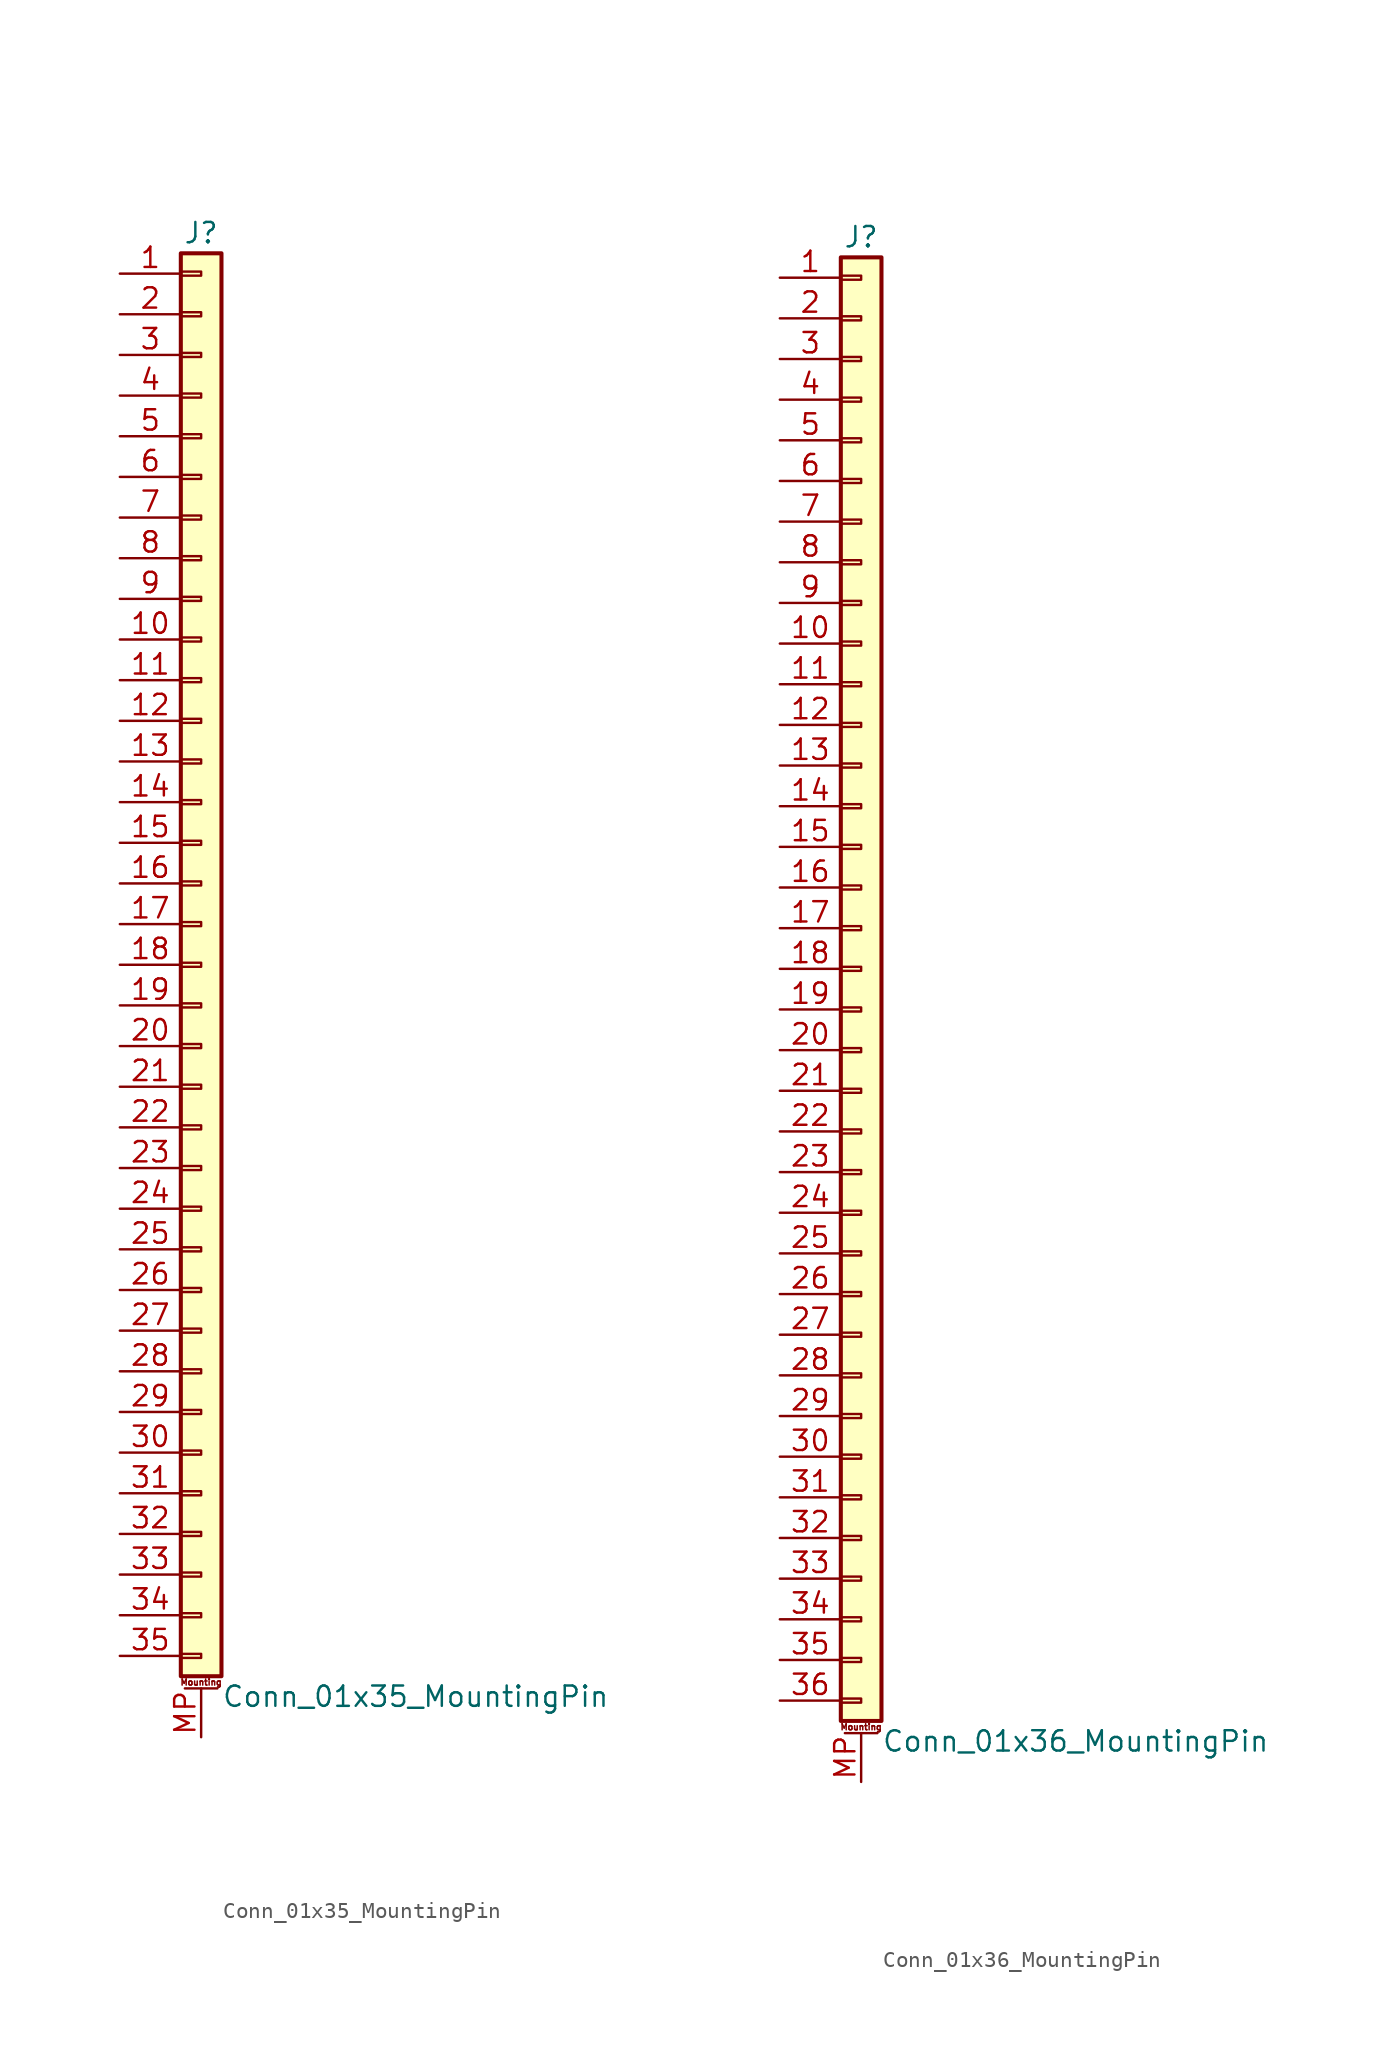
<source format=kicad_sym>
(kicad_symbol_lib
  (version 20201005)
  (generator kicad_symbol_editor)
  (symbol "Connector_Generic_MountingPin:Conn_01x35_MountingPin"
    (pin_names
      (offset 1.016) hide)
    (property "Reference" "J"
      (at 0 45.72 0)
      (effects (font (size 1.27 1.27))))
    (property "Value" "Conn_01x35_MountingPin"
      (at 1.27 -45.72 0)
      (effects (font (size 1.27 1.27)) (justify left)))
    (symbol "Conn_01x35_MountingPin_1_1"
      (text "Mounting" (at 0 -44.831 0) (effects (font (size 0.381 0.381))))
      (rectangle (start -1.27 -27.813) (end 0 -28.067) (stroke (width 0.152)) (fill (type none)))
      (rectangle (start -1.27 -30.353) (end 0 -30.607) (stroke (width 0.152)) (fill (type none)))
      (rectangle (start -1.27 -32.893) (end 0 -33.147) (stroke (width 0.152)) (fill (type none)))
      (rectangle (start -1.27 -35.433) (end 0 -35.687) (stroke (width 0.152)) (fill (type none)))
      (rectangle (start -1.27 -37.973) (end 0 -38.227) (stroke (width 0.152)) (fill (type none)))
      (rectangle (start -1.27 -40.513) (end 0 -40.767) (stroke (width 0.152)) (fill (type none)))
      (rectangle (start -1.27 -43.053) (end 0 -43.307) (stroke (width 0.152)) (fill (type none)))
      (rectangle (start -1.27 -4.953) (end 0 -5.207) (stroke (width 0.152)) (fill (type none)))
      (rectangle (start -1.27 -7.493) (end 0 -7.747) (stroke (width 0.152)) (fill (type none)))
      (rectangle (start -1.27 -10.033) (end 0 -10.287) (stroke (width 0.152)) (fill (type none)))
      (rectangle (start -1.27 -12.573) (end 0 -12.827) (stroke (width 0.152)) (fill (type none)))
      (rectangle (start -1.27 -15.113) (end 0 -15.367) (stroke (width 0.152)) (fill (type none)))
      (rectangle (start -1.27 -17.653) (end 0 -17.907) (stroke (width 0.152)) (fill (type none)))
      (rectangle (start -1.27 -20.193) (end 0 -20.447) (stroke (width 0.152)) (fill (type none)))
      (rectangle (start -1.27 -22.733) (end 0 -22.987) (stroke (width 0.152)) (fill (type none)))
      (rectangle (start -1.27 -2.413) (end 0 -2.667) (stroke (width 0.152)) (fill (type none)))
      (rectangle (start -1.27 -25.273) (end 0 -25.527) (stroke (width 0.152)) (fill (type none)))
      (rectangle (start -1.27 25.527) (end 0 25.273) (stroke (width 0.152)) (fill (type none)))
      (rectangle (start -1.27 2.667) (end 0 2.413) (stroke (width 0.152)) (fill (type none)))
      (rectangle (start -1.27 28.067) (end 0 27.813) (stroke (width 0.152)) (fill (type none)))
      (rectangle (start -1.27 30.607) (end 0 30.353) (stroke (width 0.152)) (fill (type none)))
      (rectangle (start -1.27 33.147) (end 0 32.893) (stroke (width 0.152)) (fill (type none)))
      (rectangle (start -1.27 35.687) (end 0 35.433) (stroke (width 0.152)) (fill (type none)))
      (rectangle (start -1.27 38.227) (end 0 37.973) (stroke (width 0.152)) (fill (type none)))
      (rectangle (start -1.27 40.767) (end 0 40.513) (stroke (width 0.152)) (fill (type none)))
      (rectangle (start -1.27 43.307) (end 0 43.053) (stroke (width 0.152)) (fill (type none)))
      (rectangle (start -1.27 44.45) (end 1.27 -44.45) (stroke (width 0.254)) (fill (type background)))
      (rectangle (start -1.27 5.207) (end 0 4.953) (stroke (width 0.152)) (fill (type none)))
      (rectangle (start -1.27 7.747) (end 0 7.493) (stroke (width 0.152)) (fill (type none)))
      (rectangle (start -1.27 10.287) (end 0 10.033) (stroke (width 0.152)) (fill (type none)))
      (rectangle (start -1.27 0.127) (end 0 -0.127) (stroke (width 0.152)) (fill (type none)))
      (rectangle (start -1.27 12.827) (end 0 12.573) (stroke (width 0.152)) (fill (type none)))
      (rectangle (start -1.27 15.367) (end 0 15.113) (stroke (width 0.152)) (fill (type none)))
      (rectangle (start -1.27 17.907) (end 0 17.653) (stroke (width 0.152)) (fill (type none)))
      (rectangle (start -1.27 20.447) (end 0 20.193) (stroke (width 0.152)) (fill (type none)))
      (rectangle (start -1.27 22.987) (end 0 22.733) (stroke (width 0.152)) (fill (type none)))
      (polyline (pts (xy -1.016 -45.212) (xy 1.016 -45.212)) (stroke (width 0.152)) (fill (type none)))
      (pin passive line (at 0 -48.26 90) (length 3.048) (name "MountPin" (effects (font (size 1.27 1.27)))) (number "MP" (effects (font (size 1.27 1.27)))))
      (pin passive line (at -5.08 43.18 0) (length 3.81) (name "Pin_1" (effects (font (size 1.27 1.27)))) (number "1" (effects (font (size 1.27 1.27)))))
      (pin passive line (at -5.08 20.32 0) (length 3.81) (name "Pin_10" (effects (font (size 1.27 1.27)))) (number "10" (effects (font (size 1.27 1.27)))))
      (pin passive line (at -5.08 17.78 0) (length 3.81) (name "Pin_11" (effects (font (size 1.27 1.27)))) (number "11" (effects (font (size 1.27 1.27)))))
      (pin passive line (at -5.08 15.24 0) (length 3.81) (name "Pin_12" (effects (font (size 1.27 1.27)))) (number "12" (effects (font (size 1.27 1.27)))))
      (pin passive line (at -5.08 12.7 0) (length 3.81) (name "Pin_13" (effects (font (size 1.27 1.27)))) (number "13" (effects (font (size 1.27 1.27)))))
      (pin passive line (at -5.08 10.16 0) (length 3.81) (name "Pin_14" (effects (font (size 1.27 1.27)))) (number "14" (effects (font (size 1.27 1.27)))))
      (pin passive line (at -5.08 7.62 0) (length 3.81) (name "Pin_15" (effects (font (size 1.27 1.27)))) (number "15" (effects (font (size 1.27 1.27)))))
      (pin passive line (at -5.08 5.08 0) (length 3.81) (name "Pin_16" (effects (font (size 1.27 1.27)))) (number "16" (effects (font (size 1.27 1.27)))))
      (pin passive line (at -5.08 2.54 0) (length 3.81) (name "Pin_17" (effects (font (size 1.27 1.27)))) (number "17" (effects (font (size 1.27 1.27)))))
      (pin passive line (at -5.08 0 0) (length 3.81) (name "Pin_18" (effects (font (size 1.27 1.27)))) (number "18" (effects (font (size 1.27 1.27)))))
      (pin passive line (at -5.08 -2.54 0) (length 3.81) (name "Pin_19" (effects (font (size 1.27 1.27)))) (number "19" (effects (font (size 1.27 1.27)))))
      (pin passive line (at -5.08 40.64 0) (length 3.81) (name "Pin_2" (effects (font (size 1.27 1.27)))) (number "2" (effects (font (size 1.27 1.27)))))
      (pin passive line (at -5.08 -5.08 0) (length 3.81) (name "Pin_20" (effects (font (size 1.27 1.27)))) (number "20" (effects (font (size 1.27 1.27)))))
      (pin passive line (at -5.08 -7.62 0) (length 3.81) (name "Pin_21" (effects (font (size 1.27 1.27)))) (number "21" (effects (font (size 1.27 1.27)))))
      (pin passive line (at -5.08 -10.16 0) (length 3.81) (name "Pin_22" (effects (font (size 1.27 1.27)))) (number "22" (effects (font (size 1.27 1.27)))))
      (pin passive line (at -5.08 -12.7 0) (length 3.81) (name "Pin_23" (effects (font (size 1.27 1.27)))) (number "23" (effects (font (size 1.27 1.27)))))
      (pin passive line (at -5.08 -15.24 0) (length 3.81) (name "Pin_24" (effects (font (size 1.27 1.27)))) (number "24" (effects (font (size 1.27 1.27)))))
      (pin passive line (at -5.08 -17.78 0) (length 3.81) (name "Pin_25" (effects (font (size 1.27 1.27)))) (number "25" (effects (font (size 1.27 1.27)))))
      (pin passive line (at -5.08 -20.32 0) (length 3.81) (name "Pin_26" (effects (font (size 1.27 1.27)))) (number "26" (effects (font (size 1.27 1.27)))))
      (pin passive line (at -5.08 -22.86 0) (length 3.81) (name "Pin_27" (effects (font (size 1.27 1.27)))) (number "27" (effects (font (size 1.27 1.27)))))
      (pin passive line (at -5.08 -25.4 0) (length 3.81) (name "Pin_28" (effects (font (size 1.27 1.27)))) (number "28" (effects (font (size 1.27 1.27)))))
      (pin passive line (at -5.08 -27.94 0) (length 3.81) (name "Pin_29" (effects (font (size 1.27 1.27)))) (number "29" (effects (font (size 1.27 1.27)))))
      (pin passive line (at -5.08 38.1 0) (length 3.81) (name "Pin_3" (effects (font (size 1.27 1.27)))) (number "3" (effects (font (size 1.27 1.27)))))
      (pin passive line (at -5.08 -30.48 0) (length 3.81) (name "Pin_30" (effects (font (size 1.27 1.27)))) (number "30" (effects (font (size 1.27 1.27)))))
      (pin passive line (at -5.08 -33.02 0) (length 3.81) (name "Pin_31" (effects (font (size 1.27 1.27)))) (number "31" (effects (font (size 1.27 1.27)))))
      (pin passive line (at -5.08 -35.56 0) (length 3.81) (name "Pin_32" (effects (font (size 1.27 1.27)))) (number "32" (effects (font (size 1.27 1.27)))))
      (pin passive line (at -5.08 -38.1 0) (length 3.81) (name "Pin_33" (effects (font (size 1.27 1.27)))) (number "33" (effects (font (size 1.27 1.27)))))
      (pin passive line (at -5.08 -40.64 0) (length 3.81) (name "Pin_34" (effects (font (size 1.27 1.27)))) (number "34" (effects (font (size 1.27 1.27)))))
      (pin passive line (at -5.08 -43.18 0) (length 3.81) (name "Pin_35" (effects (font (size 1.27 1.27)))) (number "35" (effects (font (size 1.27 1.27)))))
      (pin passive line (at -5.08 35.56 0) (length 3.81) (name "Pin_4" (effects (font (size 1.27 1.27)))) (number "4" (effects (font (size 1.27 1.27)))))
      (pin passive line (at -5.08 33.02 0) (length 3.81) (name "Pin_5" (effects (font (size 1.27 1.27)))) (number "5" (effects (font (size 1.27 1.27)))))
      (pin passive line (at -5.08 30.48 0) (length 3.81) (name "Pin_6" (effects (font (size 1.27 1.27)))) (number "6" (effects (font (size 1.27 1.27)))))
      (pin passive line (at -5.08 27.94 0) (length 3.81) (name "Pin_7" (effects (font (size 1.27 1.27)))) (number "7" (effects (font (size 1.27 1.27)))))
      (pin passive line (at -5.08 25.4 0) (length 3.81) (name "Pin_8" (effects (font (size 1.27 1.27)))) (number "8" (effects (font (size 1.27 1.27)))))
      (pin passive line (at -5.08 22.86 0) (length 3.81) (name "Pin_9" (effects (font (size 1.27 1.27)))) (number "9" (effects (font (size 1.27 1.27)))))))
  (symbol "Connector_Generic_MountingPin:Conn_01x36_MountingPin"
    (pin_names
      (offset 1.016) hide)
    (property "Reference" "J"
      (at 0 45.72 0)
      (effects (font (size 1.27 1.27))))
    (property "Value" "Conn_01x36_MountingPin"
      (at 1.27 -48.26 0)
      (effects (font (size 1.27 1.27)) (justify left)))
    (symbol "Conn_01x36_MountingPin_1_1"
      (text "Mounting" (at 0 -47.371 0) (effects (font (size 0.381 0.381))))
      (rectangle (start -1.27 -27.813) (end 0 -28.067) (stroke (width 0.152)) (fill (type none)))
      (rectangle (start -1.27 -30.353) (end 0 -30.607) (stroke (width 0.152)) (fill (type none)))
      (rectangle (start -1.27 -32.893) (end 0 -33.147) (stroke (width 0.152)) (fill (type none)))
      (rectangle (start -1.27 -35.433) (end 0 -35.687) (stroke (width 0.152)) (fill (type none)))
      (rectangle (start -1.27 -37.973) (end 0 -38.227) (stroke (width 0.152)) (fill (type none)))
      (rectangle (start -1.27 -40.513) (end 0 -40.767) (stroke (width 0.152)) (fill (type none)))
      (rectangle (start -1.27 -43.053) (end 0 -43.307) (stroke (width 0.152)) (fill (type none)))
      (rectangle (start -1.27 -45.593) (end 0 -45.847) (stroke (width 0.152)) (fill (type none)))
      (rectangle (start -1.27 -4.953) (end 0 -5.207) (stroke (width 0.152)) (fill (type none)))
      (rectangle (start -1.27 -7.493) (end 0 -7.747) (stroke (width 0.152)) (fill (type none)))
      (rectangle (start -1.27 -10.033) (end 0 -10.287) (stroke (width 0.152)) (fill (type none)))
      (rectangle (start -1.27 -12.573) (end 0 -12.827) (stroke (width 0.152)) (fill (type none)))
      (rectangle (start -1.27 -15.113) (end 0 -15.367) (stroke (width 0.152)) (fill (type none)))
      (rectangle (start -1.27 -17.653) (end 0 -17.907) (stroke (width 0.152)) (fill (type none)))
      (rectangle (start -1.27 -20.193) (end 0 -20.447) (stroke (width 0.152)) (fill (type none)))
      (rectangle (start -1.27 -22.733) (end 0 -22.987) (stroke (width 0.152)) (fill (type none)))
      (rectangle (start -1.27 -2.413) (end 0 -2.667) (stroke (width 0.152)) (fill (type none)))
      (rectangle (start -1.27 -25.273) (end 0 -25.527) (stroke (width 0.152)) (fill (type none)))
      (rectangle (start -1.27 25.527) (end 0 25.273) (stroke (width 0.152)) (fill (type none)))
      (rectangle (start -1.27 2.667) (end 0 2.413) (stroke (width 0.152)) (fill (type none)))
      (rectangle (start -1.27 28.067) (end 0 27.813) (stroke (width 0.152)) (fill (type none)))
      (rectangle (start -1.27 30.607) (end 0 30.353) (stroke (width 0.152)) (fill (type none)))
      (rectangle (start -1.27 33.147) (end 0 32.893) (stroke (width 0.152)) (fill (type none)))
      (rectangle (start -1.27 35.687) (end 0 35.433) (stroke (width 0.152)) (fill (type none)))
      (rectangle (start -1.27 38.227) (end 0 37.973) (stroke (width 0.152)) (fill (type none)))
      (rectangle (start -1.27 40.767) (end 0 40.513) (stroke (width 0.152)) (fill (type none)))
      (rectangle (start -1.27 43.307) (end 0 43.053) (stroke (width 0.152)) (fill (type none)))
      (rectangle (start -1.27 44.45) (end 1.27 -46.99) (stroke (width 0.254)) (fill (type background)))
      (rectangle (start -1.27 5.207) (end 0 4.953) (stroke (width 0.152)) (fill (type none)))
      (rectangle (start -1.27 7.747) (end 0 7.493) (stroke (width 0.152)) (fill (type none)))
      (rectangle (start -1.27 10.287) (end 0 10.033) (stroke (width 0.152)) (fill (type none)))
      (rectangle (start -1.27 0.127) (end 0 -0.127) (stroke (width 0.152)) (fill (type none)))
      (rectangle (start -1.27 12.827) (end 0 12.573) (stroke (width 0.152)) (fill (type none)))
      (rectangle (start -1.27 15.367) (end 0 15.113) (stroke (width 0.152)) (fill (type none)))
      (rectangle (start -1.27 17.907) (end 0 17.653) (stroke (width 0.152)) (fill (type none)))
      (rectangle (start -1.27 20.447) (end 0 20.193) (stroke (width 0.152)) (fill (type none)))
      (rectangle (start -1.27 22.987) (end 0 22.733) (stroke (width 0.152)) (fill (type none)))
      (polyline (pts (xy -1.016 -47.752) (xy 1.016 -47.752)) (stroke (width 0.152)) (fill (type none)))
      (pin passive line (at 0 -50.8 90) (length 3.048) (name "MountPin" (effects (font (size 1.27 1.27)))) (number "MP" (effects (font (size 1.27 1.27)))))
      (pin passive line (at -5.08 43.18 0) (length 3.81) (name "Pin_1" (effects (font (size 1.27 1.27)))) (number "1" (effects (font (size 1.27 1.27)))))
      (pin passive line (at -5.08 20.32 0) (length 3.81) (name "Pin_10" (effects (font (size 1.27 1.27)))) (number "10" (effects (font (size 1.27 1.27)))))
      (pin passive line (at -5.08 17.78 0) (length 3.81) (name "Pin_11" (effects (font (size 1.27 1.27)))) (number "11" (effects (font (size 1.27 1.27)))))
      (pin passive line (at -5.08 15.24 0) (length 3.81) (name "Pin_12" (effects (font (size 1.27 1.27)))) (number "12" (effects (font (size 1.27 1.27)))))
      (pin passive line (at -5.08 12.7 0) (length 3.81) (name "Pin_13" (effects (font (size 1.27 1.27)))) (number "13" (effects (font (size 1.27 1.27)))))
      (pin passive line (at -5.08 10.16 0) (length 3.81) (name "Pin_14" (effects (font (size 1.27 1.27)))) (number "14" (effects (font (size 1.27 1.27)))))
      (pin passive line (at -5.08 7.62 0) (length 3.81) (name "Pin_15" (effects (font (size 1.27 1.27)))) (number "15" (effects (font (size 1.27 1.27)))))
      (pin passive line (at -5.08 5.08 0) (length 3.81) (name "Pin_16" (effects (font (size 1.27 1.27)))) (number "16" (effects (font (size 1.27 1.27)))))
      (pin passive line (at -5.08 2.54 0) (length 3.81) (name "Pin_17" (effects (font (size 1.27 1.27)))) (number "17" (effects (font (size 1.27 1.27)))))
      (pin passive line (at -5.08 0 0) (length 3.81) (name "Pin_18" (effects (font (size 1.27 1.27)))) (number "18" (effects (font (size 1.27 1.27)))))
      (pin passive line (at -5.08 -2.54 0) (length 3.81) (name "Pin_19" (effects (font (size 1.27 1.27)))) (number "19" (effects (font (size 1.27 1.27)))))
      (pin passive line (at -5.08 40.64 0) (length 3.81) (name "Pin_2" (effects (font (size 1.27 1.27)))) (number "2" (effects (font (size 1.27 1.27)))))
      (pin passive line (at -5.08 -5.08 0) (length 3.81) (name "Pin_20" (effects (font (size 1.27 1.27)))) (number "20" (effects (font (size 1.27 1.27)))))
      (pin passive line (at -5.08 -7.62 0) (length 3.81) (name "Pin_21" (effects (font (size 1.27 1.27)))) (number "21" (effects (font (size 1.27 1.27)))))
      (pin passive line (at -5.08 -10.16 0) (length 3.81) (name "Pin_22" (effects (font (size 1.27 1.27)))) (number "22" (effects (font (size 1.27 1.27)))))
      (pin passive line (at -5.08 -12.7 0) (length 3.81) (name "Pin_23" (effects (font (size 1.27 1.27)))) (number "23" (effects (font (size 1.27 1.27)))))
      (pin passive line (at -5.08 -15.24 0) (length 3.81) (name "Pin_24" (effects (font (size 1.27 1.27)))) (number "24" (effects (font (size 1.27 1.27)))))
      (pin passive line (at -5.08 -17.78 0) (length 3.81) (name "Pin_25" (effects (font (size 1.27 1.27)))) (number "25" (effects (font (size 1.27 1.27)))))
      (pin passive line (at -5.08 -20.32 0) (length 3.81) (name "Pin_26" (effects (font (size 1.27 1.27)))) (number "26" (effects (font (size 1.27 1.27)))))
      (pin passive line (at -5.08 -22.86 0) (length 3.81) (name "Pin_27" (effects (font (size 1.27 1.27)))) (number "27" (effects (font (size 1.27 1.27)))))
      (pin passive line (at -5.08 -25.4 0) (length 3.81) (name "Pin_28" (effects (font (size 1.27 1.27)))) (number "28" (effects (font (size 1.27 1.27)))))
      (pin passive line (at -5.08 -27.94 0) (length 3.81) (name "Pin_29" (effects (font (size 1.27 1.27)))) (number "29" (effects (font (size 1.27 1.27)))))
      (pin passive line (at -5.08 38.1 0) (length 3.81) (name "Pin_3" (effects (font (size 1.27 1.27)))) (number "3" (effects (font (size 1.27 1.27)))))
      (pin passive line (at -5.08 -30.48 0) (length 3.81) (name "Pin_30" (effects (font (size 1.27 1.27)))) (number "30" (effects (font (size 1.27 1.27)))))
      (pin passive line (at -5.08 -33.02 0) (length 3.81) (name "Pin_31" (effects (font (size 1.27 1.27)))) (number "31" (effects (font (size 1.27 1.27)))))
      (pin passive line (at -5.08 -35.56 0) (length 3.81) (name "Pin_32" (effects (font (size 1.27 1.27)))) (number "32" (effects (font (size 1.27 1.27)))))
      (pin passive line (at -5.08 -38.1 0) (length 3.81) (name "Pin_33" (effects (font (size 1.27 1.27)))) (number "33" (effects (font (size 1.27 1.27)))))
      (pin passive line (at -5.08 -40.64 0) (length 3.81) (name "Pin_34" (effects (font (size 1.27 1.27)))) (number "34" (effects (font (size 1.27 1.27)))))
      (pin passive line (at -5.08 -43.18 0) (length 3.81) (name "Pin_35" (effects (font (size 1.27 1.27)))) (number "35" (effects (font (size 1.27 1.27)))))
      (pin passive line (at -5.08 -45.72 0) (length 3.81) (name "Pin_36" (effects (font (size 1.27 1.27)))) (number "36" (effects (font (size 1.27 1.27)))))
      (pin passive line (at -5.08 35.56 0) (length 3.81) (name "Pin_4" (effects (font (size 1.27 1.27)))) (number "4" (effects (font (size 1.27 1.27)))))
      (pin passive line (at -5.08 33.02 0) (length 3.81) (name "Pin_5" (effects (font (size 1.27 1.27)))) (number "5" (effects (font (size 1.27 1.27)))))
      (pin passive line (at -5.08 30.48 0) (length 3.81) (name "Pin_6" (effects (font (size 1.27 1.27)))) (number "6" (effects (font (size 1.27 1.27)))))
      (pin passive line (at -5.08 27.94 0) (length 3.81) (name "Pin_7" (effects (font (size 1.27 1.27)))) (number "7" (effects (font (size 1.27 1.27)))))
      (pin passive line (at -5.08 25.4 0) (length 3.81) (name "Pin_8" (effects (font (size 1.27 1.27)))) (number "8" (effects (font (size 1.27 1.27)))))
      (pin passive line (at -5.08 22.86 0) (length 3.81) (name "Pin_9" (effects (font (size 1.27 1.27)))) (number "9" (effects (font (size 1.27 1.27))))))))
</source>
